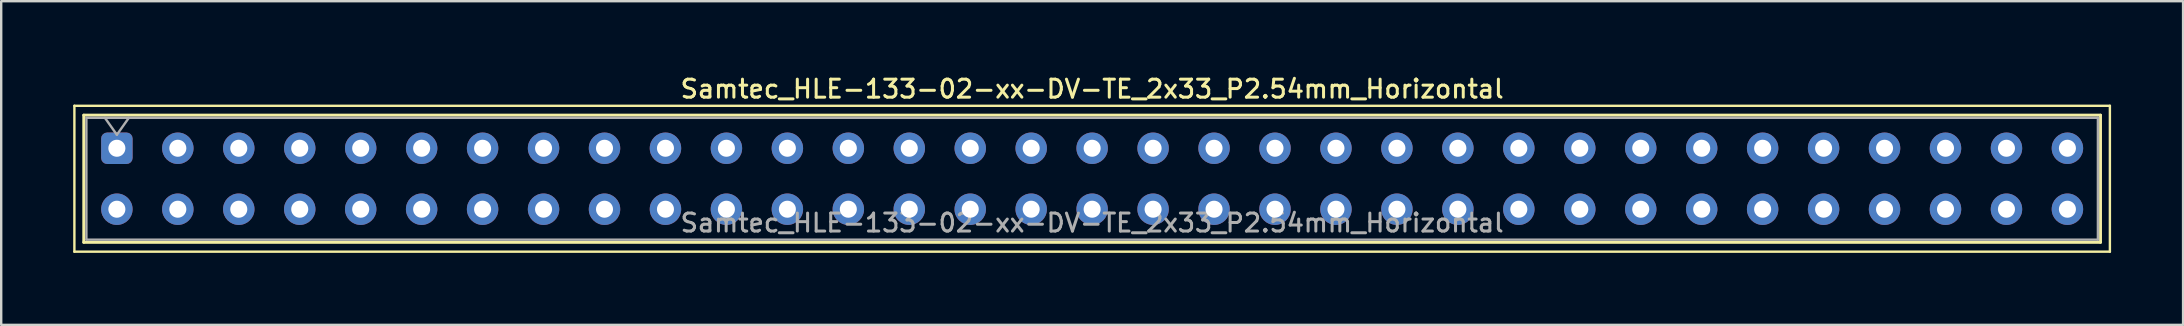
<source format=kicad_pcb>
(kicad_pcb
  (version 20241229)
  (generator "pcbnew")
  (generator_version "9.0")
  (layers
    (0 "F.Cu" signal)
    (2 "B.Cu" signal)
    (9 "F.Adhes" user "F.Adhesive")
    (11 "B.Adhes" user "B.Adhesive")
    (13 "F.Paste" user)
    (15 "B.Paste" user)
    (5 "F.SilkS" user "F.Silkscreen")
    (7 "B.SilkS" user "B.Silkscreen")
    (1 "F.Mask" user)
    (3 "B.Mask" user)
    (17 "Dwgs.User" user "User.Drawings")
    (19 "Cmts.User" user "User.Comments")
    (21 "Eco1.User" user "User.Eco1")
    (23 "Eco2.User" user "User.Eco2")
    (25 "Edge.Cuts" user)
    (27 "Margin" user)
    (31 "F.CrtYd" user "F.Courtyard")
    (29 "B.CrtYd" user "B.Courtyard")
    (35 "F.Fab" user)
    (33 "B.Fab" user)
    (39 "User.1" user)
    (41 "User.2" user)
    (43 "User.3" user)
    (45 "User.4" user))
  (footprint "Samtec_HLE-133-02-xx-DV-TE_2x33_P2.54mm_Horizontal"
    (layer "F.Cu")
    (at 1.82 3.128)
    (property "Reference" "Samtec_HLE-133-02-xx-DV-TE_2x33_P2.54mm_Horizontal" (at 40.64 -2.47 0) (layer "F.SilkS") (effects (font (size 0.75 0.75) (thickness 0.125))))
    (attr through_hole)
    (fp_line (start -1.77 -1.77) (end 83.05 -1.77) (stroke (width 0.1) (type solid)) (layer "F.SilkS"))
    (fp_line (start -1.77 4.31) (end -1.77 -1.77) (stroke (width 0.1) (type solid)) (layer "F.SilkS"))
    (fp_line (start -1.38 -1.38) (end 82.66 -1.38) (stroke (width 0.12) (type solid)) (layer "F.SilkS"))
    (fp_line (start -1.38 3.92) (end -1.38 -1.38) (stroke (width 0.12) (type solid)) (layer "F.SilkS"))
    (fp_line (start 82.66 -1.38) (end 82.66 3.92) (stroke (width 0.12) (type solid)) (layer "F.SilkS"))
    (fp_line (start 82.66 3.92) (end -1.38 3.92) (stroke (width 0.12) (type solid)) (layer "F.SilkS"))
    (fp_line (start 83.05 -1.77) (end 83.05 4.31) (stroke (width 0.1) (type solid)) (layer "F.SilkS"))
    (fp_line (start 83.05 4.31) (end -1.77 4.31) (stroke (width 0.1) (type solid)) (layer "F.SilkS"))
    (fp_line (start -1.27 -1.27) (end 82.55 -1.27) (stroke (width 0.1) (type solid)) (layer "F.Fab"))
    (fp_line (start -1.27 3.81) (end -1.27 -1.27) (stroke (width 0.1) (type solid)) (layer "F.Fab"))
    (fp_line (start -0.5 -1.27) (end 0 -0.563) (stroke (width 0.1) (type solid)) (layer "F.Fab"))
    (fp_line (start 0 -0.563) (end 0.5 -1.27) (stroke (width 0.1) (type solid)) (layer "F.Fab"))
    (fp_line (start 82.55 -1.27) (end 82.55 3.81) (stroke (width 0.1) (type solid)) (layer "F.Fab"))
    (fp_line (start 82.55 3.81) (end -1.27 3.81) (stroke (width 0.1) (type solid)) (layer "F.Fab"))
    (fp_text user "${REFERENCE}" (at 40.64 3.11 0) (layer "F.Fab") (effects (font (size 0.75 0.75) (thickness 0.125))))
    (pad "1" thru_hole roundrect (at 0 0) (size 1.31 1.31) (drill 0.71) (layers "*.Cu" "*.Mask") (roundrect_rratio 0.191))
    (pad "2" thru_hole circle (at 0 2.54) (size 1.31 1.31) (drill 0.71) (layers "*.Cu" "*.Mask"))
    (pad "3" thru_hole circle (at 2.54 0) (size 1.31 1.31) (drill 0.71) (layers "*.Cu" "*.Mask"))
    (pad "4" thru_hole circle (at 2.54 2.54) (size 1.31 1.31) (drill 0.71) (layers "*.Cu" "*.Mask"))
    (pad "5" thru_hole circle (at 5.08 0) (size 1.31 1.31) (drill 0.71) (layers "*.Cu" "*.Mask"))
    (pad "6" thru_hole circle (at 5.08 2.54) (size 1.31 1.31) (drill 0.71) (layers "*.Cu" "*.Mask"))
    (pad "7" thru_hole circle (at 7.62 0) (size 1.31 1.31) (drill 0.71) (layers "*.Cu" "*.Mask"))
    (pad "8" thru_hole circle (at 7.62 2.54) (size 1.31 1.31) (drill 0.71) (layers "*.Cu" "*.Mask"))
    (pad "9" thru_hole circle (at 10.16 0) (size 1.31 1.31) (drill 0.71) (layers "*.Cu" "*.Mask"))
    (pad "10" thru_hole circle (at 10.16 2.54) (size 1.31 1.31) (drill 0.71) (layers "*.Cu" "*.Mask"))
    (pad "11" thru_hole circle (at 12.7 0) (size 1.31 1.31) (drill 0.71) (layers "*.Cu" "*.Mask"))
    (pad "12" thru_hole circle (at 12.7 2.54) (size 1.31 1.31) (drill 0.71) (layers "*.Cu" "*.Mask"))
    (pad "13" thru_hole circle (at 15.24 0) (size 1.31 1.31) (drill 0.71) (layers "*.Cu" "*.Mask"))
    (pad "14" thru_hole circle (at 15.24 2.54) (size 1.31 1.31) (drill 0.71) (layers "*.Cu" "*.Mask"))
    (pad "15" thru_hole circle (at 17.78 0) (size 1.31 1.31) (drill 0.71) (layers "*.Cu" "*.Mask"))
    (pad "16" thru_hole circle (at 17.78 2.54) (size 1.31 1.31) (drill 0.71) (layers "*.Cu" "*.Mask"))
    (pad "17" thru_hole circle (at 20.32 0) (size 1.31 1.31) (drill 0.71) (layers "*.Cu" "*.Mask"))
    (pad "18" thru_hole circle (at 20.32 2.54) (size 1.31 1.31) (drill 0.71) (layers "*.Cu" "*.Mask"))
    (pad "19" thru_hole circle (at 22.86 0) (size 1.31 1.31) (drill 0.71) (layers "*.Cu" "*.Mask"))
    (pad "20" thru_hole circle (at 22.86 2.54) (size 1.31 1.31) (drill 0.71) (layers "*.Cu" "*.Mask"))
    (pad "21" thru_hole circle (at 25.4 0) (size 1.31 1.31) (drill 0.71) (layers "*.Cu" "*.Mask"))
    (pad "22" thru_hole circle (at 25.4 2.54) (size 1.31 1.31) (drill 0.71) (layers "*.Cu" "*.Mask"))
    (pad "23" thru_hole circle (at 27.94 0) (size 1.31 1.31) (drill 0.71) (layers "*.Cu" "*.Mask"))
    (pad "24" thru_hole circle (at 27.94 2.54) (size 1.31 1.31) (drill 0.71) (layers "*.Cu" "*.Mask"))
    (pad "25" thru_hole circle (at 30.48 0) (size 1.31 1.31) (drill 0.71) (layers "*.Cu" "*.Mask"))
    (pad "26" thru_hole circle (at 30.48 2.54) (size 1.31 1.31) (drill 0.71) (layers "*.Cu" "*.Mask"))
    (pad "27" thru_hole circle (at 33.02 0) (size 1.31 1.31) (drill 0.71) (layers "*.Cu" "*.Mask"))
    (pad "28" thru_hole circle (at 33.02 2.54) (size 1.31 1.31) (drill 0.71) (layers "*.Cu" "*.Mask"))
    (pad "29" thru_hole circle (at 35.56 0) (size 1.31 1.31) (drill 0.71) (layers "*.Cu" "*.Mask"))
    (pad "30" thru_hole circle (at 35.56 2.54) (size 1.31 1.31) (drill 0.71) (layers "*.Cu" "*.Mask"))
    (pad "31" thru_hole circle (at 38.1 0) (size 1.31 1.31) (drill 0.71) (layers "*.Cu" "*.Mask"))
    (pad "32" thru_hole circle (at 38.1 2.54) (size 1.31 1.31) (drill 0.71) (layers "*.Cu" "*.Mask"))
    (pad "33" thru_hole circle (at 40.64 0) (size 1.31 1.31) (drill 0.71) (layers "*.Cu" "*.Mask"))
    (pad "34" thru_hole circle (at 40.64 2.54) (size 1.31 1.31) (drill 0.71) (layers "*.Cu" "*.Mask"))
    (pad "35" thru_hole circle (at 43.18 0) (size 1.31 1.31) (drill 0.71) (layers "*.Cu" "*.Mask"))
    (pad "36" thru_hole circle (at 43.18 2.54) (size 1.31 1.31) (drill 0.71) (layers "*.Cu" "*.Mask"))
    (pad "37" thru_hole circle (at 45.72 0) (size 1.31 1.31) (drill 0.71) (layers "*.Cu" "*.Mask"))
    (pad "38" thru_hole circle (at 45.72 2.54) (size 1.31 1.31) (drill 0.71) (layers "*.Cu" "*.Mask"))
    (pad "39" thru_hole circle (at 48.26 0) (size 1.31 1.31) (drill 0.71) (layers "*.Cu" "*.Mask"))
    (pad "40" thru_hole circle (at 48.26 2.54) (size 1.31 1.31) (drill 0.71) (layers "*.Cu" "*.Mask"))
    (pad "41" thru_hole circle (at 50.8 0) (size 1.31 1.31) (drill 0.71) (layers "*.Cu" "*.Mask"))
    (pad "42" thru_hole circle (at 50.8 2.54) (size 1.31 1.31) (drill 0.71) (layers "*.Cu" "*.Mask"))
    (pad "43" thru_hole circle (at 53.34 0) (size 1.31 1.31) (drill 0.71) (layers "*.Cu" "*.Mask"))
    (pad "44" thru_hole circle (at 53.34 2.54) (size 1.31 1.31) (drill 0.71) (layers "*.Cu" "*.Mask"))
    (pad "45" thru_hole circle (at 55.88 0) (size 1.31 1.31) (drill 0.71) (layers "*.Cu" "*.Mask"))
    (pad "46" thru_hole circle (at 55.88 2.54) (size 1.31 1.31) (drill 0.71) (layers "*.Cu" "*.Mask"))
    (pad "47" thru_hole circle (at 58.42 0) (size 1.31 1.31) (drill 0.71) (layers "*.Cu" "*.Mask"))
    (pad "48" thru_hole circle (at 58.42 2.54) (size 1.31 1.31) (drill 0.71) (layers "*.Cu" "*.Mask"))
    (pad "49" thru_hole circle (at 60.96 0) (size 1.31 1.31) (drill 0.71) (layers "*.Cu" "*.Mask"))
    (pad "50" thru_hole circle (at 60.96 2.54) (size 1.31 1.31) (drill 0.71) (layers "*.Cu" "*.Mask"))
    (pad "51" thru_hole circle (at 63.5 0) (size 1.31 1.31) (drill 0.71) (layers "*.Cu" "*.Mask"))
    (pad "52" thru_hole circle (at 63.5 2.54) (size 1.31 1.31) (drill 0.71) (layers "*.Cu" "*.Mask"))
    (pad "53" thru_hole circle (at 66.04 0) (size 1.31 1.31) (drill 0.71) (layers "*.Cu" "*.Mask"))
    (pad "54" thru_hole circle (at 66.04 2.54) (size 1.31 1.31) (drill 0.71) (layers "*.Cu" "*.Mask"))
    (pad "55" thru_hole circle (at 68.58 0) (size 1.31 1.31) (drill 0.71) (layers "*.Cu" "*.Mask"))
    (pad "56" thru_hole circle (at 68.58 2.54) (size 1.31 1.31) (drill 0.71) (layers "*.Cu" "*.Mask"))
    (pad "57" thru_hole circle (at 71.12 0) (size 1.31 1.31) (drill 0.71) (layers "*.Cu" "*.Mask"))
    (pad "58" thru_hole circle (at 71.12 2.54) (size 1.31 1.31) (drill 0.71) (layers "*.Cu" "*.Mask"))
    (pad "59" thru_hole circle (at 73.66 0) (size 1.31 1.31) (drill 0.71) (layers "*.Cu" "*.Mask"))
    (pad "60" thru_hole circle (at 73.66 2.54) (size 1.31 1.31) (drill 0.71) (layers "*.Cu" "*.Mask"))
    (pad "61" thru_hole circle (at 76.2 0) (size 1.31 1.31) (drill 0.71) (layers "*.Cu" "*.Mask"))
    (pad "62" thru_hole circle (at 76.2 2.54) (size 1.31 1.31) (drill 0.71) (layers "*.Cu" "*.Mask"))
    (pad "63" thru_hole circle (at 78.74 0) (size 1.31 1.31) (drill 0.71) (layers "*.Cu" "*.Mask"))
    (pad "64" thru_hole circle (at 78.74 2.54) (size 1.31 1.31) (drill 0.71) (layers "*.Cu" "*.Mask"))
    (pad "65" thru_hole circle (at 81.28 0) (size 1.31 1.31) (drill 0.71) (layers "*.Cu" "*.Mask"))
    (pad "66" thru_hole circle (at 81.28 2.54) (size 1.31 1.31) (drill 0.71) (layers "*.Cu" "*.Mask")))
  (gr_rect
    (start -3 -3)
    (end 87.92 10.488)
    (stroke (width 0.1) (type default))
    (fill no)
    (layer "Edge.Cuts")))
</source>
